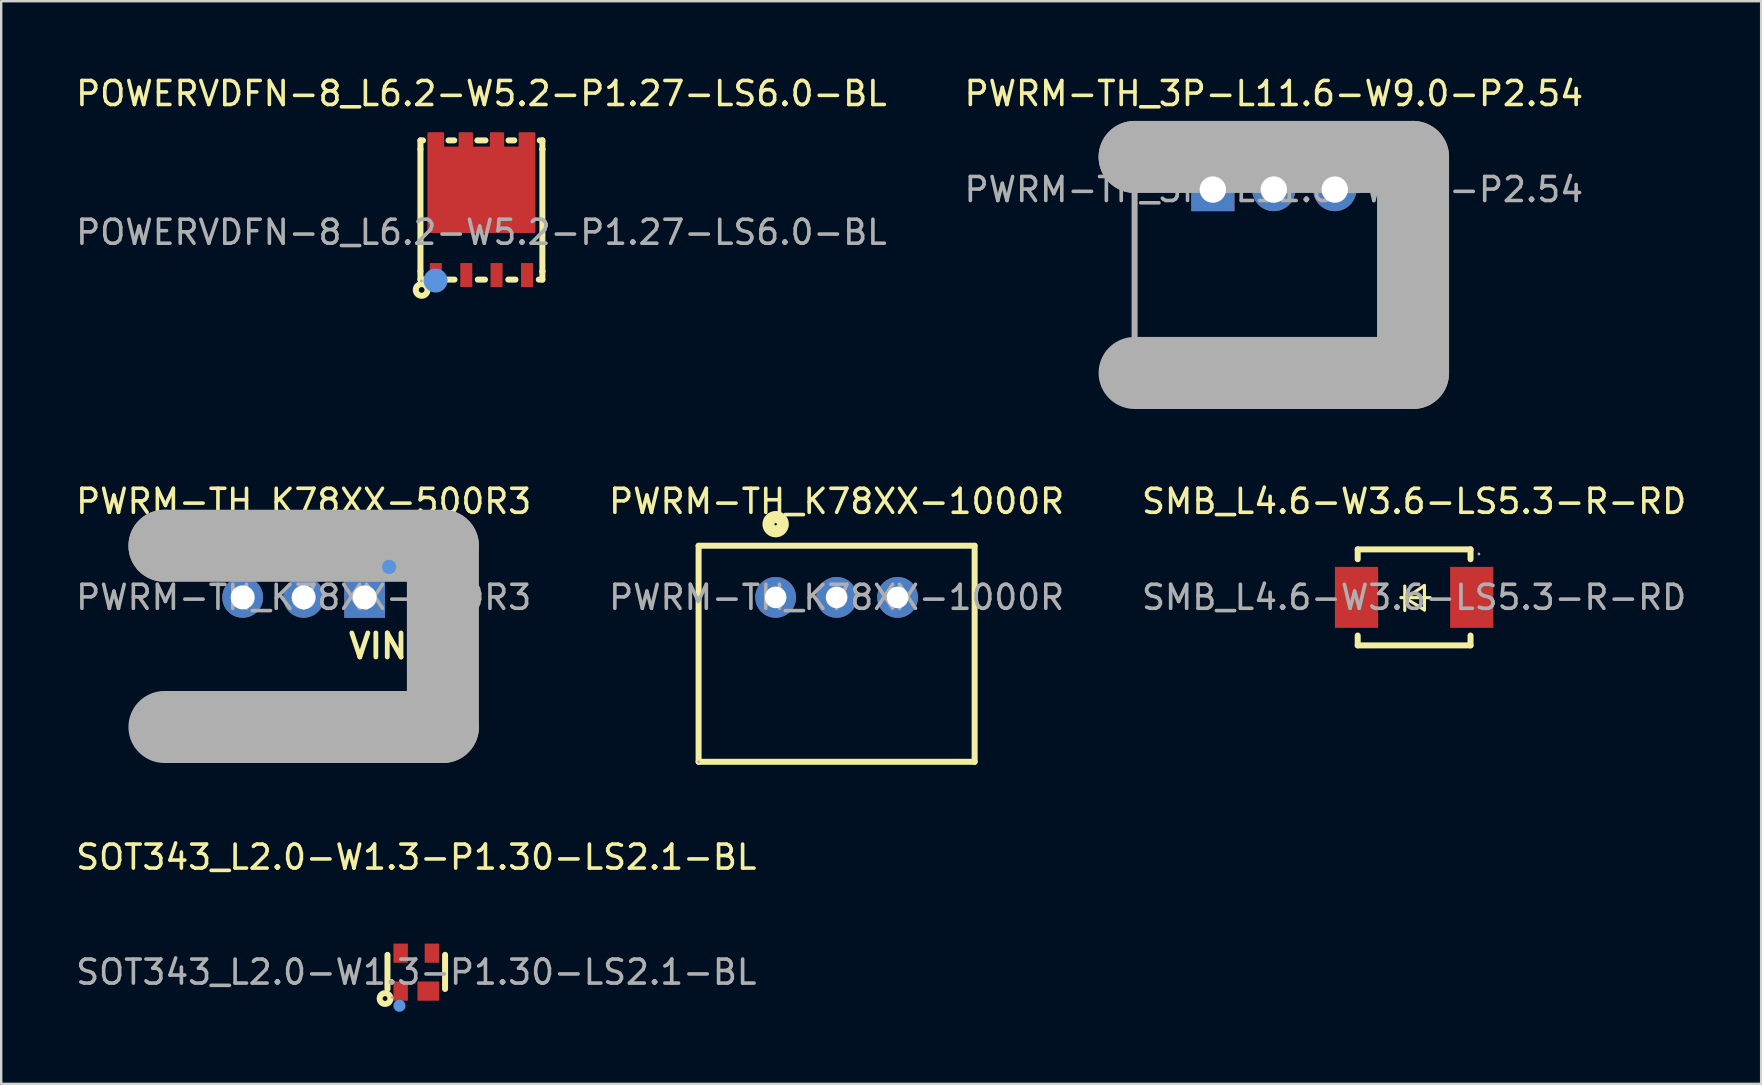
<source format=kicad_pcb>
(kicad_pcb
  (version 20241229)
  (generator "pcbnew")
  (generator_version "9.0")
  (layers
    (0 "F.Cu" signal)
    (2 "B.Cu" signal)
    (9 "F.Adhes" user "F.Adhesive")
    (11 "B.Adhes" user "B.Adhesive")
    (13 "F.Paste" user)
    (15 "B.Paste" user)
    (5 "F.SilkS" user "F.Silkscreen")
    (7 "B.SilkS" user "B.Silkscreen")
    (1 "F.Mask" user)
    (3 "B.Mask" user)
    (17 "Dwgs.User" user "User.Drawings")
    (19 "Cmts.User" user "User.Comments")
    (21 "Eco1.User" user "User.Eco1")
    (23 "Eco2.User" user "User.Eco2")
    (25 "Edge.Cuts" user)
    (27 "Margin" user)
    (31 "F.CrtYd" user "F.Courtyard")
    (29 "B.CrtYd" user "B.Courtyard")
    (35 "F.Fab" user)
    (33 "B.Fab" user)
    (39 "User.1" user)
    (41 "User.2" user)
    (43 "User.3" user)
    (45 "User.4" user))
  (footprint "PWRM-TH_3P-L11.6-W9.0-P2.54"
    (layer "F.Cu")
    (at 50.018 4.848)
    (property "Reference" "PWRM-TH_3P-L11.6-W9.0-P2.54" (at 0 -4 0) (layer "F.SilkS") (effects (font (size 1 1) (thickness 0.15))))
    (attr through_hole)
    (fp_line (start -5.8 -1.36) (end -5.8 -1.36) (stroke (width 3) (type solid)) (layer "F.Fab"))
    (fp_line (start -5.8 -1.36) (end 5.8 -1.36) (stroke (width 3) (type solid)) (layer "F.Fab"))
    (fp_line (start -5.8 7.65) (end -5.8 -1.35) (stroke (width 0.25) (type solid)) (layer "F.Fab"))
    (fp_line (start 5.8 -1.36) (end 5.8 7.64) (stroke (width 3) (type solid)) (layer "F.Fab"))
    (fp_line (start 5.8 -1.35) (end 5.8 7.65) (stroke (width 0.25) (type solid)) (layer "F.Fab"))
    (fp_line (start 5.8 7.64) (end -5.8 7.64) (stroke (width 3) (type solid)) (layer "F.Fab"))
    (fp_line (start 5.8 7.65) (end -5.8 7.65) (stroke (width 0.25) (type solid)) (layer "F.Fab"))
    (fp_circle (center -5.8 7.64) (end -5.77 7.64) (stroke (width 0.06) (type solid)) (fill no) (layer "F.Fab"))
    (fp_text user "${REFERENCE}" (at 0 0 0) (layer "F.Fab") (effects (font (size 1 1) (thickness 0.15))))
    (pad "1" thru_hole rect (at -2.54 0) (size 1.8 1.8) (drill 1.1) (layers "*.Cu" "*.Mask"))
    (pad "2" thru_hole circle (at 0 0) (size 1.8 1.8) (drill 1.1) (layers "*.Cu" "*.Mask"))
    (pad "3" thru_hole circle (at 2.54 0) (size 1.8 1.8) (drill 1.1) (layers "*.Cu" "*.Mask")))
  (footprint "POWERVDFN-8_L6.2-W5.2-P1.27-LS6.0-BL"
    (layer "F.Cu")
    (at 17.006 6.628)
    (property "Reference" "POWERVDFN-8_L6.2-W5.2-P1.27-LS6.0-BL" (at 0 -5.78 0) (layer "F.SilkS") (effects (font (size 1 1) (thickness 0.15))))
    (attr smd)
    (fp_line (start -2.54 -3.83) (end -2.54 -3.46) (stroke (width 0.25) (type solid)) (layer "F.SilkS"))
    (fp_line (start -2.54 1.62) (end -2.54 -3.46) (stroke (width 0.25) (type solid)) (layer "F.SilkS"))
    (fp_line (start -2.54 1.97) (end -2.54 1.62) (stroke (width 0.25) (type solid)) (layer "F.SilkS"))
    (fp_line (start -2.43 -3.83) (end -2.54 -3.83) (stroke (width 0.25) (type solid)) (layer "F.SilkS"))
    (fp_line (start -2.39 1.97) (end -2.54 1.97) (stroke (width 0.25) (type solid)) (layer "F.SilkS"))
    (fp_line (start -1.13 -3.83) (end -1.37 -3.83) (stroke (width 0.25) (type solid)) (layer "F.SilkS"))
    (fp_line (start -1.12 1.97) (end -1.42 1.97) (stroke (width 0.25) (type solid)) (layer "F.SilkS"))
    (fp_line (start 0.15 1.97) (end -0.15 1.97) (stroke (width 0.25) (type solid)) (layer "F.SilkS"))
    (fp_line (start 0.17 -3.83) (end -0.17 -3.83) (stroke (width 0.25) (type solid)) (layer "F.SilkS"))
    (fp_line (start 1.37 -3.83) (end 1.13 -3.83) (stroke (width 0.25) (type solid)) (layer "F.SilkS"))
    (fp_line (start 1.42 1.97) (end 1.12 1.97) (stroke (width 0.25) (type solid)) (layer "F.SilkS"))
    (fp_line (start 2.54 -3.83) (end 2.43 -3.83) (stroke (width 0.25) (type solid)) (layer "F.SilkS"))
    (fp_line (start 2.54 -3.46) (end 2.54 -3.83) (stroke (width 0.25) (type solid)) (layer "F.SilkS"))
    (fp_line (start 2.54 -3.46) (end 2.54 -3.46) (stroke (width 0.25) (type solid)) (layer "F.SilkS"))
    (fp_line (start 2.54 1.62) (end 2.54 -3.46) (stroke (width 0.25) (type solid)) (layer "F.SilkS"))
    (fp_line (start 2.54 1.62) (end 2.54 1.62) (stroke (width 0.25) (type solid)) (layer "F.SilkS"))
    (fp_line (start 2.54 1.62) (end 2.54 1.97) (stroke (width 0.25) (type solid)) (layer "F.SilkS"))
    (fp_line (start 2.54 1.97) (end 2.39 1.97) (stroke (width 0.25) (type solid)) (layer "F.SilkS"))
    (fp_circle (center -2.49 2.4) (end -2.37 2.4) (stroke (width 0.25) (type solid)) (fill no) (layer "F.SilkS"))
    (fp_circle (center -1.91 2.01) (end -1.66 2.01) (stroke (width 0.5) (type solid)) (fill no) (layer "Cmts.User"))
    (fp_circle (center -2.5 2.03) (end -2.47 2.03) (stroke (width 0.06) (type solid)) (fill no) (layer "F.Fab"))
    (fp_text user "${REFERENCE}" (at 0 0 0) (layer "F.Fab") (effects (font (size 1 1) (thickness 0.15))))
    (pad "1" smd rect (at -1.9 1.78) (size 0.5 1) (layers "F.Cu" "F.Mask" "F.Paste"))
    (pad "2" smd rect (at -0.63 1.78) (size 0.5 1) (layers "F.Cu" "F.Mask" "F.Paste"))
    (pad "3" smd rect (at 0.63 1.78) (size 0.5 1) (layers "F.Cu" "F.Mask" "F.Paste"))
    (pad "4" smd rect (at 1.9 1.78) (size 0.5 1) (layers "F.Cu" "F.Mask" "F.Paste"))
    (pad "5" smd custom (at 0 -1.78) (size 0.01 0.01) (layers "F.Cu" "F.Mask" "F.Paste") (options (anchor circle)) (primitives (gr_poly (pts (xy -2.2 1.76) (xy -2.2 -2.34) (xy -1.6 -2.34) (xy -1.6 -1.74) (xy -0.9 -1.74) (xy -0.9 -2.34) (xy -0.4 -2.34) (xy -0.4 -1.74) (xy 0.4 -1.74) (xy 0.4 -2.34) (xy 0.9 -2.34) (xy 0.9 -1.74) (xy 1.6 -1.74) (xy 1.6 -2.34) (xy 2.2 -2.34) (xy 2.2 1.76)) (width 0.1) (fill yes)))))
  (footprint "SMB_L4.6-W3.6-LS5.3-R-RD"
    (layer "F.Cu")
    (at 55.863 21.837)
    (property "Reference" "SMB_L4.6-W3.6-LS5.3-R-RD" (at 0 -4 0) (layer "F.SilkS") (effects (font (size 1 1) (thickness 0.15))))
    (attr smd)
    (fp_line (start -2.35 -2) (end -2.35 -1.59) (stroke (width 0.25) (type solid)) (layer "F.SilkS"))
    (fp_line (start -2.35 -2) (end 2.35 -2) (stroke (width 0.25) (type solid)) (layer "F.SilkS"))
    (fp_line (start -2.35 1.59) (end -2.35 2) (stroke (width 0.25) (type solid)) (layer "F.SilkS"))
    (fp_line (start -2.35 2) (end 2.35 2) (stroke (width 0.25) (type solid)) (layer "F.SilkS"))
    (fp_line (start -0.55 0.01) (end 0.67 0.01) (stroke (width 0.13) (type solid)) (layer "F.SilkS"))
    (fp_line (start -0.39 -0.47) (end -0.39 0.55) (stroke (width 0.13) (type solid)) (layer "F.SilkS"))
    (fp_line (start -0.35 0.04) (end 0.43 0.52) (stroke (width 0.13) (type solid)) (layer "F.SilkS"))
    (fp_line (start 0.43 -0.5) (end -0.35 0.04) (stroke (width 0.13) (type solid)) (layer "F.SilkS"))
    (fp_line (start 0.43 0.53) (end 0.43 -0.48) (stroke (width 0.13) (type solid)) (layer "F.SilkS"))
    (fp_line (start 2.35 -2) (end 2.35 -1.59) (stroke (width 0.25) (type solid)) (layer "F.SilkS"))
    (fp_line (start 2.35 1.59) (end 2.35 2) (stroke (width 0.25) (type solid)) (layer "F.SilkS"))
    (fp_circle (center 2.7 -1.81) (end 2.73 -1.81) (stroke (width 0.06) (type solid)) (fill no) (layer "F.Fab"))
    (fp_text user "${REFERENCE}" (at 0 0 0) (layer "F.Fab") (effects (font (size 1 1) (thickness 0.15))))
    (pad "1" smd rect (at 2.4 0) (size 1.8 2.54) (layers "F.Cu" "F.Mask" "F.Paste"))
    (pad "2" smd rect (at -2.4 0) (size 1.8 2.54) (layers "F.Cu" "F.Mask" "F.Paste")))
  (footprint "SOT343_L2.0-W1.3-P1.30-LS2.1-BL"
    (layer "F.Cu")
    (at 14.292 37.45)
    (property "Reference" "SOT343_L2.0-W1.3-P1.30-LS2.1-BL" (at 0 -4.79 0) (layer "F.SilkS") (effects (font (size 1 1) (thickness 0.15))))
    (attr smd)
    (fp_line (start -1.2 0.7) (end -1.2 -0.72) (stroke (width 0.25) (type solid)) (layer "F.SilkS"))
    (fp_line (start 1.2 0.7) (end 1.2 -0.72) (stroke (width 0.25) (type solid)) (layer "F.SilkS"))
    (fp_circle (center -1.3 1.1) (end -1.2 1.1) (stroke (width 0.25) (type solid)) (fill no) (layer "F.SilkS"))
    (fp_circle (center -0.7 1.4) (end -0.57 1.4) (stroke (width 0.25) (type solid)) (fill no) (layer "Cmts.User"))
    (fp_circle (center -1 1.05) (end -0.97 1.05) (stroke (width 0.06) (type solid)) (fill no) (layer "F.Fab"))
    (fp_text user "${REFERENCE}" (at 0 0 0) (layer "F.Fab") (effects (font (size 1 1) (thickness 0.15))))
    (pad "1" smd rect (at -0.65 0.79) (size 0.6 0.8) (layers "F.Cu" "F.Mask" "F.Paste"))
    (pad "2" smd rect (at 0.5 0.79) (size 0.9 0.8) (layers "F.Cu" "F.Mask" "F.Paste"))
    (pad "3" smd rect (at 0.65 -0.79) (size 0.6 0.8) (layers "F.Cu" "F.Mask" "F.Paste"))
    (pad "4" smd rect (at -0.65 -0.79) (size 0.6 0.8) (layers "F.Cu" "F.Mask" "F.Paste")))
  (footprint "PWRM-TH_K78XX-1000R"
    (layer "F.Cu")
    (at 31.804 21.837)
    (property "Reference" "PWRM-TH_K78XX-1000R" (at 0 -4 0) (layer "F.SilkS") (effects (font (size 1 1) (thickness 0.15))))
    (attr through_hole)
    (fp_line (start -5.75 -2.15) (end -5.75 6.85) (stroke (width 0.25) (type solid)) (layer "F.SilkS"))
    (fp_line (start -5.75 -2.15) (end 5.75 -2.15) (stroke (width 0.25) (type solid)) (layer "F.SilkS"))
    (fp_line (start -5.75 6.85) (end 5.75 6.85) (stroke (width 0.25) (type solid)) (layer "F.SilkS"))
    (fp_line (start 5.75 -2.15) (end 5.75 6.85) (stroke (width 0.25) (type solid)) (layer "F.SilkS"))
    (fp_circle (center -2.54 -3.05) (end -2.24 -3.05) (stroke (width 0.5) (type solid)) (fill no) (layer "F.SilkS"))
    (fp_circle (center -5.75 6.85) (end -5.72 6.85) (stroke (width 0.06) (type solid)) (fill no) (layer "F.Fab"))
    (fp_text user "${REFERENCE}" (at 0 0 0) (layer "F.Fab") (effects (font (size 1 1) (thickness 0.15))))
    (pad "1" thru_hole circle (at -2.54 0) (size 1.7 1.7) (drill 0.9) (layers "*.Cu" "*.Mask"))
    (pad "2" thru_hole circle (at 0 0) (size 1.7 1.7) (drill 0.9) (layers "*.Cu" "*.Mask"))
    (pad "3" thru_hole circle (at 2.54 0) (size 1.7 1.7) (drill 0.9) (layers "*.Cu" "*.Mask")))
  (footprint "PWRM-TH_K78XX-500R3"
    (layer "F.Cu")
    (at 9.601 21.837)
    (property "Reference" "PWRM-TH_K78XX-500R3" (at 0 -4 0) (layer "F.SilkS") (effects (font (size 1 1) (thickness 0.15))))
    (attr through_hole)
    (fp_circle (center 3.5 -2.9) (end 3.65 -2.9) (stroke (width 0.3) (type solid)) (fill no) (layer "F.SilkS"))
    (fp_circle (center 3.56 -1.27) (end 3.71 -1.27) (stroke (width 0.3) (type solid)) (fill no) (layer "Cmts.User"))
    (fp_line (start -5.8 -2.15) (end -5.8 -2.15) (stroke (width 3) (type solid)) (layer "F.Fab"))
    (fp_line (start -5.8 -2.15) (end 5.8 -2.15) (stroke (width 3) (type solid)) (layer "F.Fab"))
    (fp_line (start 5.8 -2.15) (end 5.8 5.4) (stroke (width 3) (type solid)) (layer "F.Fab"))
    (fp_line (start 5.8 5.4) (end -5.8 5.4) (stroke (width 3) (type solid)) (layer "F.Fab"))
    (fp_circle (center 5.8 -2.15) (end 5.83 -2.15) (stroke (width 0.06) (type solid)) (fill no) (layer "F.Fab"))
    (fp_text user "VIN" (at 1.78 2.03 0) (layer "F.SilkS") (effects (font (size 1 1) (thickness 0.2)) (justify left)))
    (fp_text user "${REFERENCE}" (at 0 0 0) (layer "F.Fab") (effects (font (size 1 1) (thickness 0.15))))
    (pad "1" thru_hole rect (at 2.54 0 180) (size 1.7 1.7) (drill 1) (layers "*.Cu" "*.Mask"))
    (pad "2" thru_hole circle (at 0 0 180) (size 1.7 1.7) (drill 1) (layers "*.Cu" "*.Mask"))
    (pad "3" thru_hole circle (at -2.54 0 180) (size 1.7 1.7) (drill 1) (layers "*.Cu" "*.Mask")))
  (gr_rect
    (start -3 -3)
    (end 70.321 42.105)
    (stroke (width 0.1) (type default))
    (fill no)
    (layer "Edge.Cuts")))
</source>
